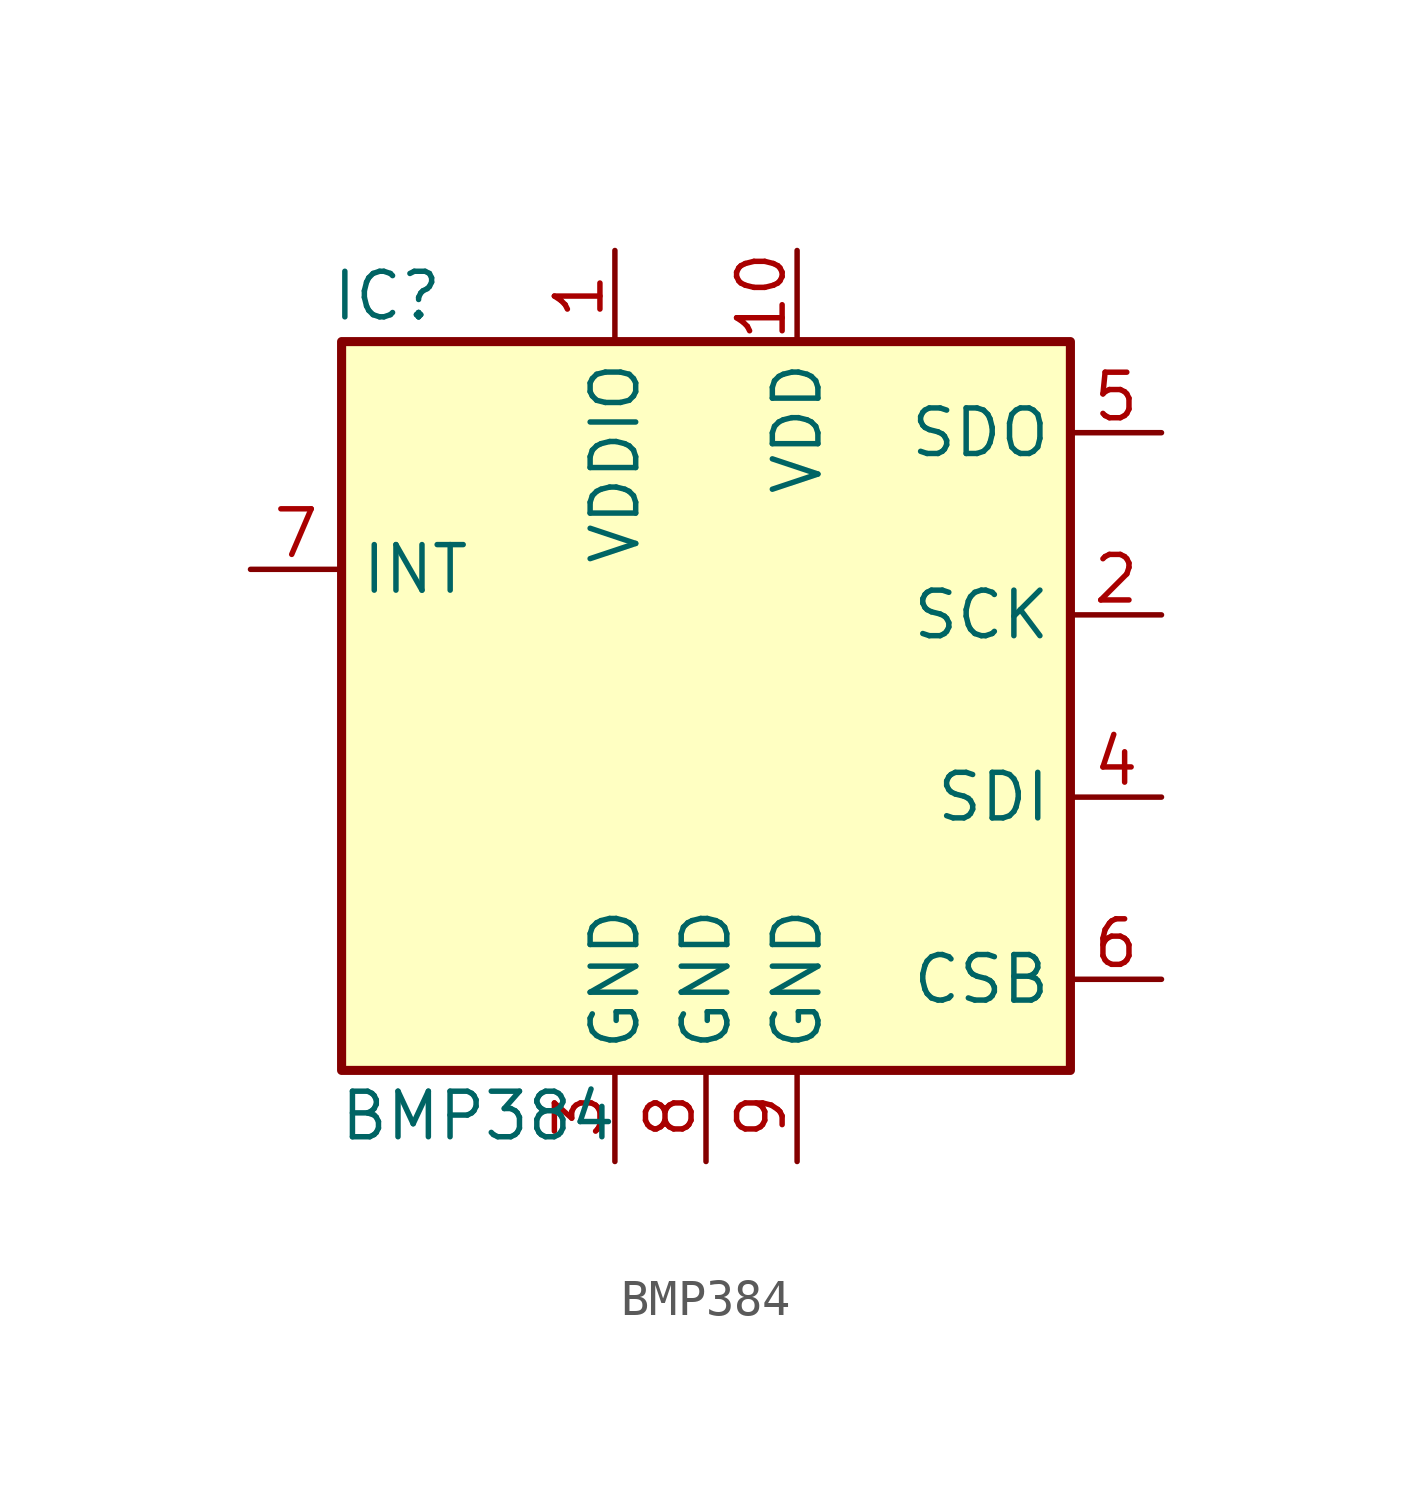
<source format=kicad_sym>
(kicad_symbol_lib
  (version 20211014)
  (generator kicad_symbol_editor)
  (symbol "BMP384"
    (property "Reference" "IC"
      (at -8.89 11.43 0)
      (effects (font (size 1.27 1.27))))
    (property "Value" "BMP384"
      (at -6.35 -11.43 0)
      (effects (font (size 1.27 1.27))))
    (symbol "BMP384_0_1"
      (rectangle (start -10.16 10.16) (end 10.16 -10.16) (stroke (width 0.254) (type default) (color 0 0 0 0)) (fill (type background))))
    (symbol "BMP384_1_1"
      (pin power_in line (at -2.54 12.7 270) (length 2.54) (name "VDDIO" (effects (font (size 1.27 1.27)))) (number "1" (effects (font (size 1.27 1.27)))))
      (pin power_in line (at 2.54 12.7 270) (length 2.54) (name "VDD" (effects (font (size 1.27 1.27)))) (number "10" (effects (font (size 1.27 1.27)))))
      (pin input line (at 12.7 2.54 180) (length 2.54) (name "SCK" (effects (font (size 1.27 1.27)))) (number "2" (effects (font (size 1.27 1.27)))))
      (pin power_in line (at -2.54 -12.7 90) (length 2.54) (name "GND" (effects (font (size 1.27 1.27)))) (number "3" (effects (font (size 1.27 1.27)))))
      (pin bidirectional line (at 12.7 -2.54 180) (length 2.54) (name "SDI" (effects (font (size 1.27 1.27)))) (number "4" (effects (font (size 1.27 1.27)))))
      (pin bidirectional line (at 12.7 7.62 180) (length 2.54) (name "SDO" (effects (font (size 1.27 1.27)))) (number "5" (effects (font (size 1.27 1.27)))))
      (pin input line (at 12.7 -7.62 180) (length 2.54) (name "CSB" (effects (font (size 1.27 1.27)))) (number "6" (effects (font (size 1.27 1.27)))))
      (pin output line (at -12.7 3.81 0) (length 2.54) (name "INT" (effects (font (size 1.27 1.27)))) (number "7" (effects (font (size 1.27 1.27)))))
      (pin power_in line (at 0 -12.7 90) (length 2.54) (name "GND" (effects (font (size 1.27 1.27)))) (number "8" (effects (font (size 1.27 1.27)))))
      (pin power_in line (at 2.54 -12.7 90) (length 2.54) (name "GND" (effects (font (size 1.27 1.27)))) (number "9" (effects (font (size 1.27 1.27))))))))
</source>
